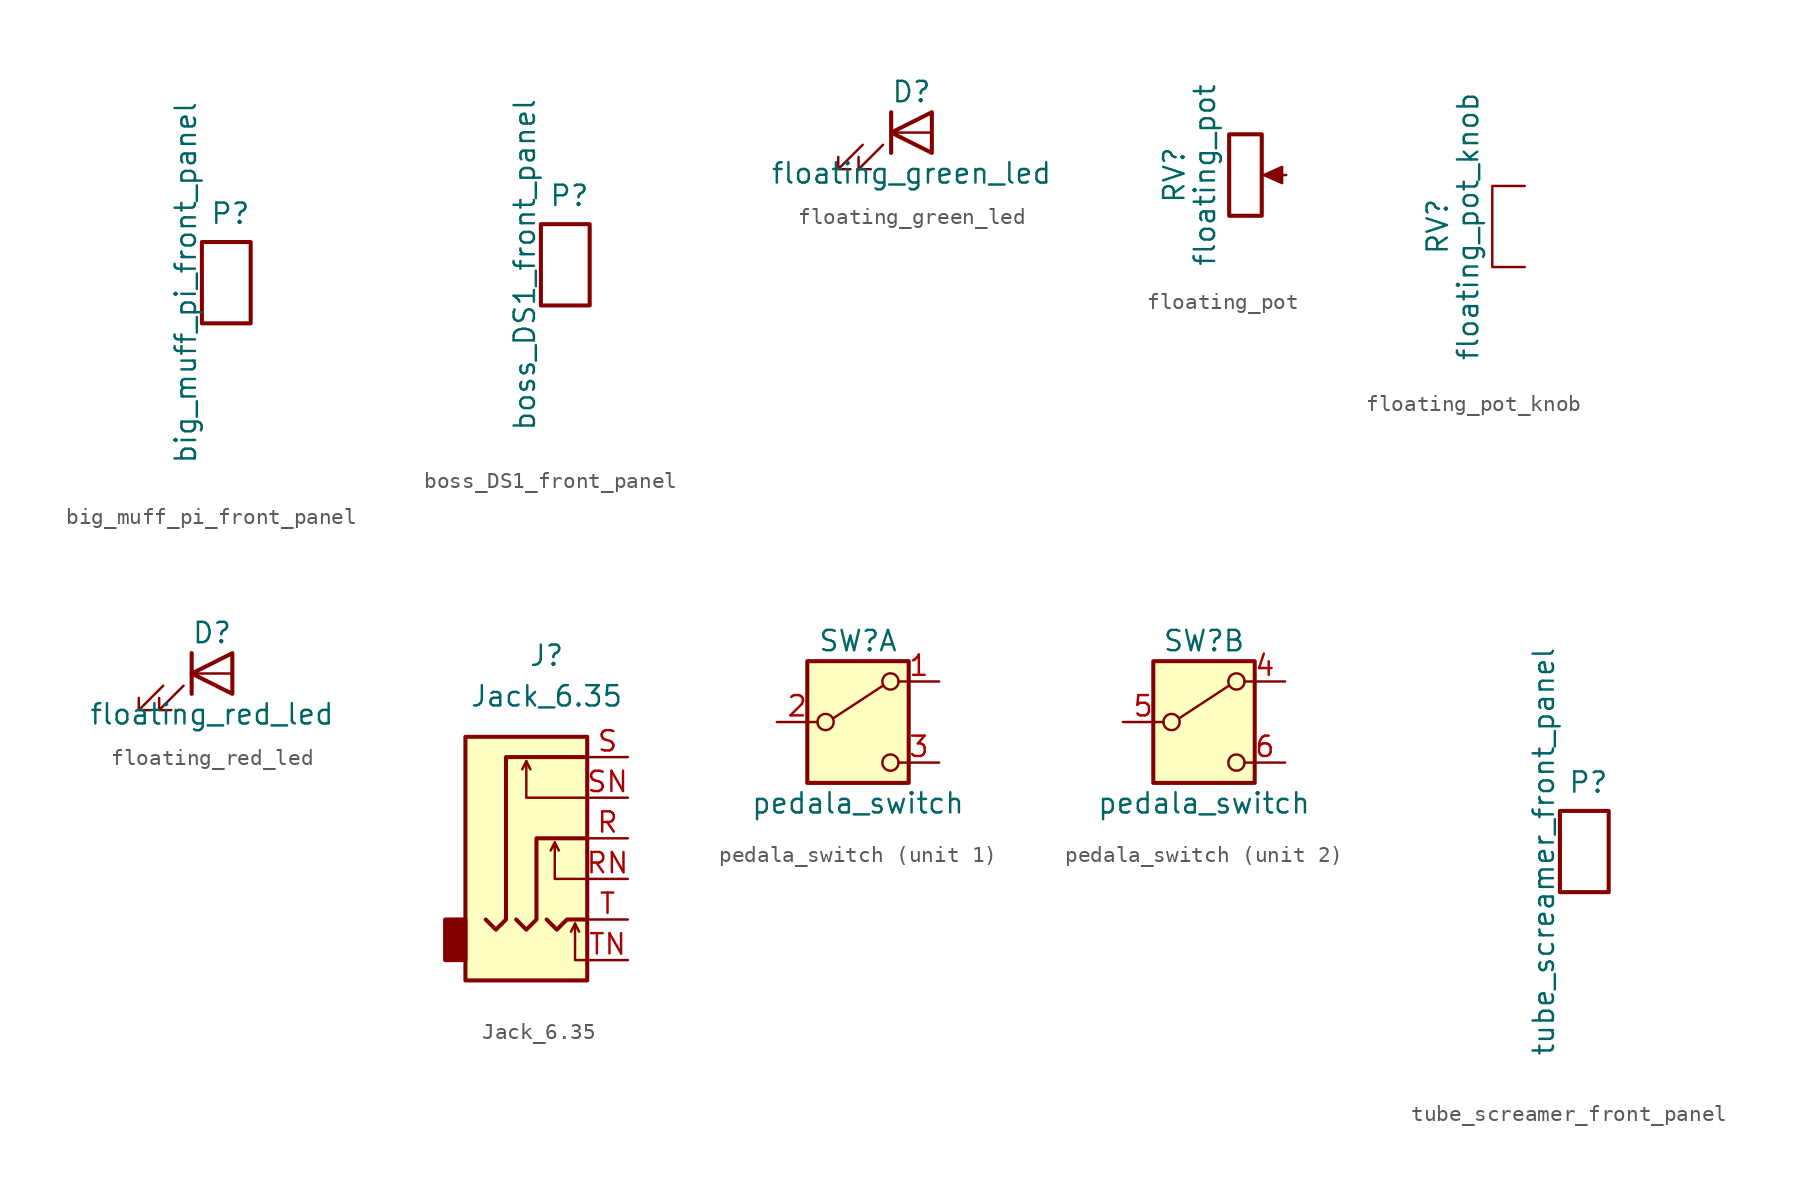
<source format=kicad_sym>
(kicad_symbol_lib
  (version 20241209)
  (generator "kicad_symbol_editor")
  (generator_version "9.0")
  (symbol "big_muff_pi_front_panel"
    (pin_names
      (offset 1.016)
      (hide yes))
    (property "Reference" "P"
      (at 0.254 4.318 0)
      (effects (font (size 1.27 1.27))))
    (property "Value" "big_muff_pi_front_panel"
      (at -2.54 0 90)
      (effects (font (size 1.27 1.27))))
    (symbol "big_muff_pi_front_panel_0_1"
      (rectangle (start -1.524 2.54) (end 1.524 -2.54) (stroke (width 0.254) (type default)) (fill (type none)))))
  (symbol "boss_DS1_front_panel"
    (pin_names
      (offset 1.016)
      (hide yes))
    (property "Reference" "P"
      (at 0.254 4.318 0)
      (effects (font (size 1.27 1.27))))
    (property "Value" "boss_DS1_front_panel"
      (at -2.54 0 90)
      (effects (font (size 1.27 1.27))))
    (symbol "boss_DS1_front_panel_0_1"
      (rectangle (start -1.524 2.54) (end 1.524 -2.54) (stroke (width 0.254) (type default)) (fill (type none)))))
  (symbol "floating_green_led"
    (pin_numbers
      (hide yes))
    (pin_names
      (offset 1.016)
      (hide yes))
    (property "Reference" "D"
      (at 0 2.54 0)
      (effects (font (size 1.27 1.27))))
    (property "Value" "floating_green_led"
      (at 0 -2.54 0)
      (effects (font (size 1.27 1.27))))
    (symbol "floating_green_led_0_1"
      (polyline (pts (xy -3.048 -0.762) (xy -4.572 -2.286) (xy -3.81 -2.286) (xy -4.572 -2.286) (xy -4.572 -1.524)) (stroke (width 0) (type default)) (fill (type none)))
      (polyline (pts (xy -1.778 -0.762) (xy -3.302 -2.286) (xy -2.54 -2.286) (xy -3.302 -2.286) (xy -3.302 -1.524)) (stroke (width 0) (type default)) (fill (type none)))
      (polyline (pts (xy -1.27 0) (xy 1.27 0)) (stroke (width 0) (type default)) (fill (type none)))
      (polyline (pts (xy -1.27 -1.27) (xy -1.27 1.27)) (stroke (width 0.254) (type default)) (fill (type none)))
      (polyline (pts (xy 1.27 -1.27) (xy 1.27 1.27) (xy -1.27 0) (xy 1.27 -1.27)) (stroke (width 0.254) (type default)) (fill (type none)))))
  (symbol "floating_pot"
    (pin_names
      (offset 1.016)
      (hide yes))
    (property "Reference" "RV"
      (at -4.445 0 90)
      (effects (font (size 1.27 1.27))))
    (property "Value" "floating_pot"
      (at -2.54 0 90)
      (effects (font (size 1.27 1.27))))
    (symbol "floating_pot_0_1"
      (rectangle (start 1.016 2.54) (end -1.016 -2.54) (stroke (width 0.254) (type default)) (fill (type none)))
      (polyline (pts (xy 1.143 0) (xy 2.286 0.508) (xy 2.286 -0.508) (xy 1.143 0)) (stroke (width 0) (type default)) (fill (type outline)))
      (polyline (pts (xy 2.54 0) (xy 1.524 0)) (stroke (width 0) (type default)) (fill (type none)))))
  (symbol "floating_pot_knob"
    (pin_names
      (offset 1.016)
      (hide yes))
    (property "Reference" "RV"
      (at -4.445 0 90)
      (effects (font (size 1.27 1.27))))
    (property "Value" "floating_pot_knob"
      (at -2.54 0 90)
      (effects (font (size 1.27 1.27))))
    (symbol "floating_pot_knob_0_1"
      (polyline (pts (xy 1.016 -2.54) (xy -1.016 -2.54) (xy -1.016 2.54) (xy 1.016 2.54)) (stroke (width 0) (type default)) (fill (type none)))))
  (symbol "floating_red_led"
    (pin_numbers
      (hide yes))
    (pin_names
      (offset 1.016)
      (hide yes))
    (property "Reference" "D"
      (at 0 2.54 0)
      (effects (font (size 1.27 1.27))))
    (property "Value" "floating_red_led"
      (at 0 -2.54 0)
      (effects (font (size 1.27 1.27))))
    (symbol "floating_red_led_0_1"
      (polyline (pts (xy -3.048 -0.762) (xy -4.572 -2.286) (xy -3.81 -2.286) (xy -4.572 -2.286) (xy -4.572 -1.524)) (stroke (width 0) (type default)) (fill (type none)))
      (polyline (pts (xy -1.778 -0.762) (xy -3.302 -2.286) (xy -2.54 -2.286) (xy -3.302 -2.286) (xy -3.302 -1.524)) (stroke (width 0) (type default)) (fill (type none)))
      (polyline (pts (xy -1.27 0) (xy 1.27 0)) (stroke (width 0) (type default)) (fill (type none)))
      (polyline (pts (xy -1.27 -1.27) (xy -1.27 1.27)) (stroke (width 0.254) (type default)) (fill (type none)))
      (polyline (pts (xy 1.27 -1.27) (xy 1.27 1.27) (xy -1.27 0) (xy 1.27 -1.27)) (stroke (width 0.254) (type default)) (fill (type none)))))
  (symbol "Jack_6.35"
    (property "Reference" "J"
      (at 0 11.43 0)
      (effects (font (size 1.27 1.27))))
    (property "Value" "Jack_6.35"
      (at 0 8.89 0)
      (effects (font (size 1.27 1.27))))
    (symbol "Jack_6.35_0_1"
      (rectangle (start -5.08 -5.08) (end -6.35 -7.62) (stroke (width 0.254) (type default)) (fill (type outline)))
      (polyline (pts (xy -1.905 -5.08) (xy -1.27 -5.715) (xy -0.635 -5.08) (xy -0.635 0) (xy 2.54 0)) (stroke (width 0.254) (type default)) (fill (type none)))
      (polyline (pts (xy -1.27 4.826) (xy -1.016 4.318)) (stroke (width 0) (type default)) (fill (type none)))
      (polyline (pts (xy 0 -5.08) (xy 0.635 -5.715) (xy 1.27 -5.08) (xy 2.54 -5.08)) (stroke (width 0.254) (type default)) (fill (type none)))
      (polyline (pts (xy 0.508 -0.254) (xy 0.762 -0.762)) (stroke (width 0) (type default)) (fill (type none)))
      (polyline (pts (xy 1.778 -5.334) (xy 2.032 -5.842)) (stroke (width 0) (type default)) (fill (type none)))
      (rectangle (start 2.54 6.35) (end -5.08 -8.89) (stroke (width 0.254) (type default)) (fill (type background)))
      (polyline (pts (xy 2.54 5.08) (xy -2.54 5.08) (xy -2.54 -5.08) (xy -3.175 -5.715) (xy -3.81 -5.08)) (stroke (width 0.254) (type default)) (fill (type none)))
      (polyline (pts (xy 2.54 2.54) (xy -1.27 2.54) (xy -1.27 4.826) (xy -1.524 4.318)) (stroke (width 0) (type default)) (fill (type none)))
      (polyline (pts (xy 2.54 -2.54) (xy 0.508 -2.54) (xy 0.508 -0.254) (xy 0.254 -0.762)) (stroke (width 0) (type default)) (fill (type none)))
      (polyline (pts (xy 2.54 -7.62) (xy 1.778 -7.62) (xy 1.778 -5.334) (xy 1.524 -5.842)) (stroke (width 0) (type default)) (fill (type none))))
    (symbol "Jack_6.35_1_1"
      (pin passive line (at 5.08 5.08 180) (length 2.54) (name "~" (effects (font (size 1.27 1.27)))) (number "S" (effects (font (size 1.27 1.27)))))
      (pin passive line (at 5.08 2.54 180) (length 2.54) (name "~" (effects (font (size 1.27 1.27)))) (number "SN" (effects (font (size 1.27 1.27)))))
      (pin passive line (at 5.08 0 180) (length 2.54) (name "~" (effects (font (size 1.27 1.27)))) (number "R" (effects (font (size 1.27 1.27)))))
      (pin passive line (at 5.08 -2.54 180) (length 2.54) (name "~" (effects (font (size 1.27 1.27)))) (number "RN" (effects (font (size 1.27 1.27)))))
      (pin passive line (at 5.08 -5.08 180) (length 2.54) (name "~" (effects (font (size 1.27 1.27)))) (number "T" (effects (font (size 1.27 1.27)))))
      (pin passive line (at 5.08 -7.62 180) (length 2.54) (name "~" (effects (font (size 1.27 1.27)))) (number "TN" (effects (font (size 1.27 1.27)))))))
  (symbol "pedala_switch"
    (pin_names
      (offset 0)
      (hide yes))
    (property "Reference" "SW"
      (at 0 5.08 0)
      (effects (font (size 1.27 1.27))))
    (property "Value" "pedala_switch"
      (at 0 -5.08 0)
      (effects (font (size 1.27 1.27))))
    (symbol "pedala_switch_0_0"
      (circle (center -2.032 0) (radius 0.508) (stroke (width 0) (type default)) (fill (type none)))
      (circle (center 2.032 -2.54) (radius 0.508) (stroke (width 0) (type default)) (fill (type none))))
    (symbol "pedala_switch_0_1"
      (rectangle (start -3.175 3.81) (end 3.175 -3.81) (stroke (width 0.254) (type default)) (fill (type background)))
      (polyline (pts (xy -1.524 0.254) (xy 1.575 2.286)) (stroke (width 0) (type default)) (fill (type none)))
      (circle (center 2.032 2.54) (radius 0.508) (stroke (width 0) (type default)) (fill (type none))))
    (symbol "pedala_switch_1_1"
      (pin passive line (at -5.08 0 0) (length 2.54) (name "B" (effects (font (size 1.27 1.27)))) (number "2" (effects (font (size 1.27 1.27)))))
      (pin passive line (at 5.08 2.54 180) (length 2.54) (name "A" (effects (font (size 1.27 1.27)))) (number "1" (effects (font (size 1.27 1.27)))))
      (pin passive line (at 5.08 -2.54 180) (length 2.54) (name "C" (effects (font (size 1.27 1.27)))) (number "3" (effects (font (size 1.27 1.27))))))
    (symbol "pedala_switch_2_1"
      (pin passive line (at -5.08 0 0) (length 2.54) (name "B" (effects (font (size 1.27 1.27)))) (number "5" (effects (font (size 1.27 1.27)))))
      (pin passive line (at 5.08 2.54 180) (length 2.54) (name "A" (effects (font (size 1.27 1.27)))) (number "4" (effects (font (size 1.27 1.27)))))
      (pin passive line (at 5.08 -2.54 180) (length 2.54) (name "C" (effects (font (size 1.27 1.27)))) (number "6" (effects (font (size 1.27 1.27)))))))
  (symbol "tube_screamer_front_panel"
    (pin_names
      (offset 1.016)
      (hide yes))
    (property "Reference" "P"
      (at 0.254 4.318 0)
      (effects (font (size 1.27 1.27))))
    (property "Value" "tube_screamer_front_panel"
      (at -2.54 0 90)
      (effects (font (size 1.27 1.27))))
    (symbol "tube_screamer_front_panel_0_1"
      (rectangle (start -1.524 2.54) (end 1.524 -2.54) (stroke (width 0.254) (type default)) (fill (type none))))))
</source>
